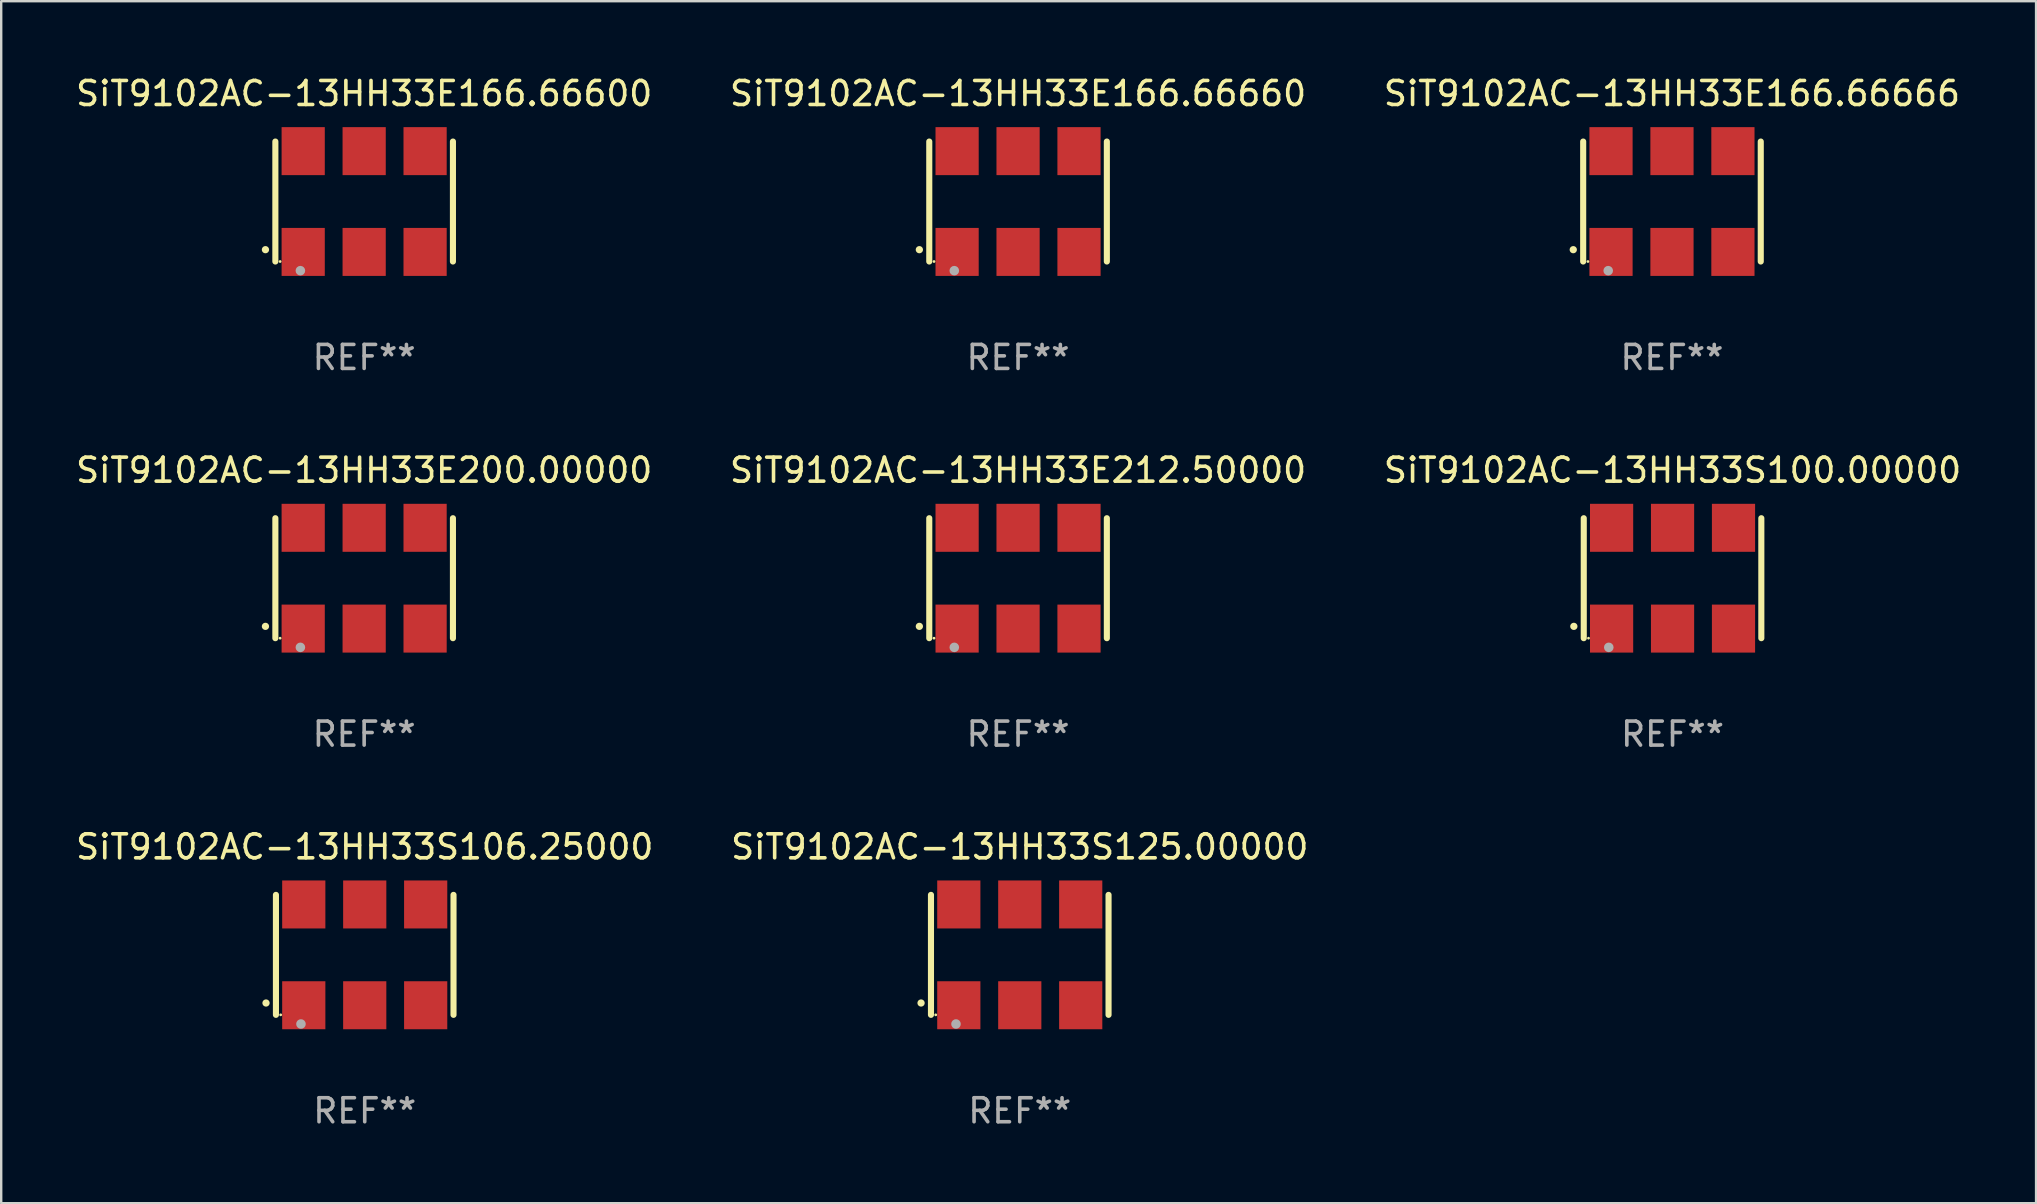
<source format=kicad_pcb>
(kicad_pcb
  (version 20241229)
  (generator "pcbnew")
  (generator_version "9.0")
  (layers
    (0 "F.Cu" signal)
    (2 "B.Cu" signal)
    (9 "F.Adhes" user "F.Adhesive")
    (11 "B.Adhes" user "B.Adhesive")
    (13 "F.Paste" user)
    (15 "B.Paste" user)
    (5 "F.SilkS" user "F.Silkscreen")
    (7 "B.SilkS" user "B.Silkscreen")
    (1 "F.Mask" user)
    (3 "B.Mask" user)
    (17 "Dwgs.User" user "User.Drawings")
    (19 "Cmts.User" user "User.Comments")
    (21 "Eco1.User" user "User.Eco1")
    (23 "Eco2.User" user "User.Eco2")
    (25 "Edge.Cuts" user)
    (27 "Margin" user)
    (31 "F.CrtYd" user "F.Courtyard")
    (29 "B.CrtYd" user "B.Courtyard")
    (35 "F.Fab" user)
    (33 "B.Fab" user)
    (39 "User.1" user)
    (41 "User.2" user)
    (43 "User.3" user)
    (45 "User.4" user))
  (footprint "SiT9102AC-13HH33E212.50000"
    (layer "F.Cu")
    (at 39.375 21.045)
    (property "Reference" "SiT9102AC-13HH33E212.50000" (at 0 -4.5 0) (layer "F.SilkS") (effects (font (size 1 1) (thickness 0.15))))
    (attr through_hole)
    (fp_line (start -3.7 -2.5) (end -3.7 2.5) (stroke (width 0.254) (type solid)) (layer "F.SilkS"))
    (fp_line (start 3.7 -2.5) (end 3.7 2.5) (stroke (width 0.254) (type solid)) (layer "F.SilkS"))
    (fp_arc (start -4.114415 2.006604) (mid -4.113145 2.006599) (end -4.111875 2.006604) (stroke (width 0.3) (type solid)) (layer "F.SilkS"))
    (fp_circle (center -3.502 2.5) (end -3.472 2.5) (stroke (width 0.06) (type solid)) (fill no) (layer "F.SilkS"))
    (fp_circle (center -2.657 2.882) (end -2.557 2.882) (stroke (width 0.2) (type solid)) (fill no) (layer "F.Fab"))
    (fp_text user "REF**" (at 0 6.5 0) (layer "F.Fab") (effects (font (size 1 1) (thickness 0.15))))
    (pad "1" smd rect (at -2.54 2.1) (size 1.8 2) (layers "F.Cu" "F.Mask" "F.Paste"))
    (pad "2" smd rect (at 0.000394 2.1) (size 1.8 2) (layers "F.Cu" "F.Mask" "F.Paste"))
    (pad "3" smd rect (at 2.54 2.1) (size 1.8 2) (layers "F.Cu" "F.Mask" "F.Paste"))
    (pad "4" smd rect (at 2.54 -2.1) (size 1.8 2) (layers "F.Cu" "F.Mask" "F.Paste"))
    (pad "5" smd rect (at 0.000394 -2.1) (size 1.8 2) (layers "F.Cu" "F.Mask" "F.Paste"))
    (pad "6" smd rect (at -2.54 -2.1) (size 1.8 2) (layers "F.Cu" "F.Mask" "F.Paste")))
  (footprint "SiT9102AC-13HH33S100.00000"
    (layer "F.Cu")
    (at 66.649 21.045)
    (property "Reference" "SiT9102AC-13HH33S100.00000" (at 0 -4.5 0) (layer "F.SilkS") (effects (font (size 1 1) (thickness 0.15))))
    (attr through_hole)
    (fp_line (start -3.7 -2.5) (end -3.7 2.5) (stroke (width 0.254) (type solid)) (layer "F.SilkS"))
    (fp_line (start 3.7 -2.5) (end 3.7 2.5) (stroke (width 0.254) (type solid)) (layer "F.SilkS"))
    (fp_arc (start -4.114415 2.006604) (mid -4.113145 2.006599) (end -4.111875 2.006604) (stroke (width 0.3) (type solid)) (layer "F.SilkS"))
    (fp_circle (center -3.502 2.5) (end -3.472 2.5) (stroke (width 0.06) (type solid)) (fill no) (layer "F.SilkS"))
    (fp_circle (center -2.657 2.882) (end -2.557 2.882) (stroke (width 0.2) (type solid)) (fill no) (layer "F.Fab"))
    (fp_text user "REF**" (at 0 6.5 0) (layer "F.Fab") (effects (font (size 1 1) (thickness 0.15))))
    (pad "1" smd rect (at -2.54 2.1) (size 1.8 2) (layers "F.Cu" "F.Mask" "F.Paste"))
    (pad "2" smd rect (at 0.000394 2.1) (size 1.8 2) (layers "F.Cu" "F.Mask" "F.Paste"))
    (pad "3" smd rect (at 2.54 2.1) (size 1.8 2) (layers "F.Cu" "F.Mask" "F.Paste"))
    (pad "4" smd rect (at 2.54 -2.1) (size 1.8 2) (layers "F.Cu" "F.Mask" "F.Paste"))
    (pad "5" smd rect (at 0.000394 -2.1) (size 1.8 2) (layers "F.Cu" "F.Mask" "F.Paste"))
    (pad "6" smd rect (at -2.54 -2.1) (size 1.8 2) (layers "F.Cu" "F.Mask" "F.Paste")))
  (footprint "SiT9102AC-13HH33E200.00000"
    (layer "F.Cu")
    (at 12.125 21.045)
    (property "Reference" "SiT9102AC-13HH33E200.00000" (at 0 -4.5 0) (layer "F.SilkS") (effects (font (size 1 1) (thickness 0.15))))
    (attr through_hole)
    (fp_line (start -3.7 -2.5) (end -3.7 2.5) (stroke (width 0.254) (type solid)) (layer "F.SilkS"))
    (fp_line (start 3.7 -2.5) (end 3.7 2.5) (stroke (width 0.254) (type solid)) (layer "F.SilkS"))
    (fp_arc (start -4.114415 2.006604) (mid -4.113145 2.006599) (end -4.111875 2.006604) (stroke (width 0.3) (type solid)) (layer "F.SilkS"))
    (fp_circle (center -3.502 2.5) (end -3.472 2.5) (stroke (width 0.06) (type solid)) (fill no) (layer "F.SilkS"))
    (fp_circle (center -2.657 2.882) (end -2.557 2.882) (stroke (width 0.2) (type solid)) (fill no) (layer "F.Fab"))
    (fp_text user "REF**" (at 0 6.5 0) (layer "F.Fab") (effects (font (size 1 1) (thickness 0.15))))
    (pad "1" smd rect (at -2.54 2.1) (size 1.8 2) (layers "F.Cu" "F.Mask" "F.Paste"))
    (pad "2" smd rect (at 0.000394 2.1) (size 1.8 2) (layers "F.Cu" "F.Mask" "F.Paste"))
    (pad "3" smd rect (at 2.54 2.1) (size 1.8 2) (layers "F.Cu" "F.Mask" "F.Paste"))
    (pad "4" smd rect (at 2.54 -2.1) (size 1.8 2) (layers "F.Cu" "F.Mask" "F.Paste"))
    (pad "5" smd rect (at 0.000394 -2.1) (size 1.8 2) (layers "F.Cu" "F.Mask" "F.Paste"))
    (pad "6" smd rect (at -2.54 -2.1) (size 1.8 2) (layers "F.Cu" "F.Mask" "F.Paste")))
  (footprint "SiT9102AC-13HH33E166.66666"
    (layer "F.Cu")
    (at 66.625 5.348)
    (property "Reference" "SiT9102AC-13HH33E166.66666" (at 0 -4.5 0) (layer "F.SilkS") (effects (font (size 1 1) (thickness 0.15))))
    (attr through_hole)
    (fp_line (start -3.7 -2.5) (end -3.7 2.5) (stroke (width 0.254) (type solid)) (layer "F.SilkS"))
    (fp_line (start 3.7 -2.5) (end 3.7 2.5) (stroke (width 0.254) (type solid)) (layer "F.SilkS"))
    (fp_arc (start -4.114415 2.006604) (mid -4.113145 2.006599) (end -4.111875 2.006604) (stroke (width 0.3) (type solid)) (layer "F.SilkS"))
    (fp_circle (center -3.502 2.5) (end -3.472 2.5) (stroke (width 0.06) (type solid)) (fill no) (layer "F.SilkS"))
    (fp_circle (center -2.657 2.882) (end -2.557 2.882) (stroke (width 0.2) (type solid)) (fill no) (layer "F.Fab"))
    (fp_text user "REF**" (at 0 6.5 0) (layer "F.Fab") (effects (font (size 1 1) (thickness 0.15))))
    (pad "1" smd rect (at -2.54 2.1) (size 1.8 2) (layers "F.Cu" "F.Mask" "F.Paste"))
    (pad "2" smd rect (at 0.000394 2.1) (size 1.8 2) (layers "F.Cu" "F.Mask" "F.Paste"))
    (pad "3" smd rect (at 2.54 2.1) (size 1.8 2) (layers "F.Cu" "F.Mask" "F.Paste"))
    (pad "4" smd rect (at 2.54 -2.1) (size 1.8 2) (layers "F.Cu" "F.Mask" "F.Paste"))
    (pad "5" smd rect (at 0.000394 -2.1) (size 1.8 2) (layers "F.Cu" "F.Mask" "F.Paste"))
    (pad "6" smd rect (at -2.54 -2.1) (size 1.8 2) (layers "F.Cu" "F.Mask" "F.Paste")))
  (footprint "SiT9102AC-13HH33S106.25000"
    (layer "F.Cu")
    (at 12.149 36.741)
    (property "Reference" "SiT9102AC-13HH33S106.25000" (at 0 -4.5 0) (layer "F.SilkS") (effects (font (size 1 1) (thickness 0.15))))
    (attr through_hole)
    (fp_line (start -3.7 -2.5) (end -3.7 2.5) (stroke (width 0.254) (type solid)) (layer "F.SilkS"))
    (fp_line (start 3.7 -2.5) (end 3.7 2.5) (stroke (width 0.254) (type solid)) (layer "F.SilkS"))
    (fp_arc (start -4.114415 2.006604) (mid -4.113145 2.006599) (end -4.111875 2.006604) (stroke (width 0.3) (type solid)) (layer "F.SilkS"))
    (fp_circle (center -3.502 2.5) (end -3.472 2.5) (stroke (width 0.06) (type solid)) (fill no) (layer "F.SilkS"))
    (fp_circle (center -2.657 2.882) (end -2.557 2.882) (stroke (width 0.2) (type solid)) (fill no) (layer "F.Fab"))
    (fp_text user "REF**" (at 0 6.5 0) (layer "F.Fab") (effects (font (size 1 1) (thickness 0.15))))
    (pad "1" smd rect (at -2.54 2.1) (size 1.8 2) (layers "F.Cu" "F.Mask" "F.Paste"))
    (pad "2" smd rect (at 0.000394 2.1) (size 1.8 2) (layers "F.Cu" "F.Mask" "F.Paste"))
    (pad "3" smd rect (at 2.54 2.1) (size 1.8 2) (layers "F.Cu" "F.Mask" "F.Paste"))
    (pad "4" smd rect (at 2.54 -2.1) (size 1.8 2) (layers "F.Cu" "F.Mask" "F.Paste"))
    (pad "5" smd rect (at 0.000394 -2.1) (size 1.8 2) (layers "F.Cu" "F.Mask" "F.Paste"))
    (pad "6" smd rect (at -2.54 -2.1) (size 1.8 2) (layers "F.Cu" "F.Mask" "F.Paste")))
  (footprint "SiT9102AC-13HH33E166.66660"
    (layer "F.Cu")
    (at 39.375 5.348)
    (property "Reference" "SiT9102AC-13HH33E166.66660" (at 0 -4.5 0) (layer "F.SilkS") (effects (font (size 1 1) (thickness 0.15))))
    (attr through_hole)
    (fp_line (start -3.7 -2.5) (end -3.7 2.5) (stroke (width 0.254) (type solid)) (layer "F.SilkS"))
    (fp_line (start 3.7 -2.5) (end 3.7 2.5) (stroke (width 0.254) (type solid)) (layer "F.SilkS"))
    (fp_arc (start -4.114415 2.006604) (mid -4.113145 2.006599) (end -4.111875 2.006604) (stroke (width 0.3) (type solid)) (layer "F.SilkS"))
    (fp_circle (center -3.502 2.5) (end -3.472 2.5) (stroke (width 0.06) (type solid)) (fill no) (layer "F.SilkS"))
    (fp_circle (center -2.657 2.882) (end -2.557 2.882) (stroke (width 0.2) (type solid)) (fill no) (layer "F.Fab"))
    (fp_text user "REF**" (at 0 6.5 0) (layer "F.Fab") (effects (font (size 1 1) (thickness 0.15))))
    (pad "1" smd rect (at -2.54 2.1) (size 1.8 2) (layers "F.Cu" "F.Mask" "F.Paste"))
    (pad "2" smd rect (at 0.000394 2.1) (size 1.8 2) (layers "F.Cu" "F.Mask" "F.Paste"))
    (pad "3" smd rect (at 2.54 2.1) (size 1.8 2) (layers "F.Cu" "F.Mask" "F.Paste"))
    (pad "4" smd rect (at 2.54 -2.1) (size 1.8 2) (layers "F.Cu" "F.Mask" "F.Paste"))
    (pad "5" smd rect (at 0.000394 -2.1) (size 1.8 2) (layers "F.Cu" "F.Mask" "F.Paste"))
    (pad "6" smd rect (at -2.54 -2.1) (size 1.8 2) (layers "F.Cu" "F.Mask" "F.Paste")))
  (footprint "SiT9102AC-13HH33S125.00000"
    (layer "F.Cu")
    (at 39.446 36.741)
    (property "Reference" "SiT9102AC-13HH33S125.00000" (at 0 -4.5 0) (layer "F.SilkS") (effects (font (size 1 1) (thickness 0.15))))
    (attr through_hole)
    (fp_line (start -3.7 -2.5) (end -3.7 2.5) (stroke (width 0.254) (type solid)) (layer "F.SilkS"))
    (fp_line (start 3.7 -2.5) (end 3.7 2.5) (stroke (width 0.254) (type solid)) (layer "F.SilkS"))
    (fp_arc (start -4.114415 2.006604) (mid -4.113145 2.006599) (end -4.111875 2.006604) (stroke (width 0.3) (type solid)) (layer "F.SilkS"))
    (fp_circle (center -3.502 2.5) (end -3.472 2.5) (stroke (width 0.06) (type solid)) (fill no) (layer "F.SilkS"))
    (fp_circle (center -2.657 2.882) (end -2.557 2.882) (stroke (width 0.2) (type solid)) (fill no) (layer "F.Fab"))
    (fp_text user "REF**" (at 0 6.5 0) (layer "F.Fab") (effects (font (size 1 1) (thickness 0.15))))
    (pad "1" smd rect (at -2.54 2.1) (size 1.8 2) (layers "F.Cu" "F.Mask" "F.Paste"))
    (pad "2" smd rect (at 0.000394 2.1) (size 1.8 2) (layers "F.Cu" "F.Mask" "F.Paste"))
    (pad "3" smd rect (at 2.54 2.1) (size 1.8 2) (layers "F.Cu" "F.Mask" "F.Paste"))
    (pad "4" smd rect (at 2.54 -2.1) (size 1.8 2) (layers "F.Cu" "F.Mask" "F.Paste"))
    (pad "5" smd rect (at 0.000394 -2.1) (size 1.8 2) (layers "F.Cu" "F.Mask" "F.Paste"))
    (pad "6" smd rect (at -2.54 -2.1) (size 1.8 2) (layers "F.Cu" "F.Mask" "F.Paste")))
  (footprint "SiT9102AC-13HH33E166.66600"
    (layer "F.Cu")
    (at 12.125 5.348)
    (property "Reference" "SiT9102AC-13HH33E166.66600" (at 0 -4.5 0) (layer "F.SilkS") (effects (font (size 1 1) (thickness 0.15))))
    (attr through_hole)
    (fp_line (start -3.7 -2.5) (end -3.7 2.5) (stroke (width 0.254) (type solid)) (layer "F.SilkS"))
    (fp_line (start 3.7 -2.5) (end 3.7 2.5) (stroke (width 0.254) (type solid)) (layer "F.SilkS"))
    (fp_arc (start -4.114415 2.006604) (mid -4.113145 2.006599) (end -4.111875 2.006604) (stroke (width 0.3) (type solid)) (layer "F.SilkS"))
    (fp_circle (center -3.502 2.5) (end -3.472 2.5) (stroke (width 0.06) (type solid)) (fill no) (layer "F.SilkS"))
    (fp_circle (center -2.657 2.882) (end -2.557 2.882) (stroke (width 0.2) (type solid)) (fill no) (layer "F.Fab"))
    (fp_text user "REF**" (at 0 6.5 0) (layer "F.Fab") (effects (font (size 1 1) (thickness 0.15))))
    (pad "1" smd rect (at -2.54 2.1) (size 1.8 2) (layers "F.Cu" "F.Mask" "F.Paste"))
    (pad "2" smd rect (at 0.000394 2.1) (size 1.8 2) (layers "F.Cu" "F.Mask" "F.Paste"))
    (pad "3" smd rect (at 2.54 2.1) (size 1.8 2) (layers "F.Cu" "F.Mask" "F.Paste"))
    (pad "4" smd rect (at 2.54 -2.1) (size 1.8 2) (layers "F.Cu" "F.Mask" "F.Paste"))
    (pad "5" smd rect (at 0.000394 -2.1) (size 1.8 2) (layers "F.Cu" "F.Mask" "F.Paste"))
    (pad "6" smd rect (at -2.54 -2.1) (size 1.8 2) (layers "F.Cu" "F.Mask" "F.Paste")))
  (gr_rect
    (start -3 -3)
    (end 81.798 47.09)
    (stroke (width 0.1) (type default))
    (fill no)
    (layer "Edge.Cuts")))
</source>
